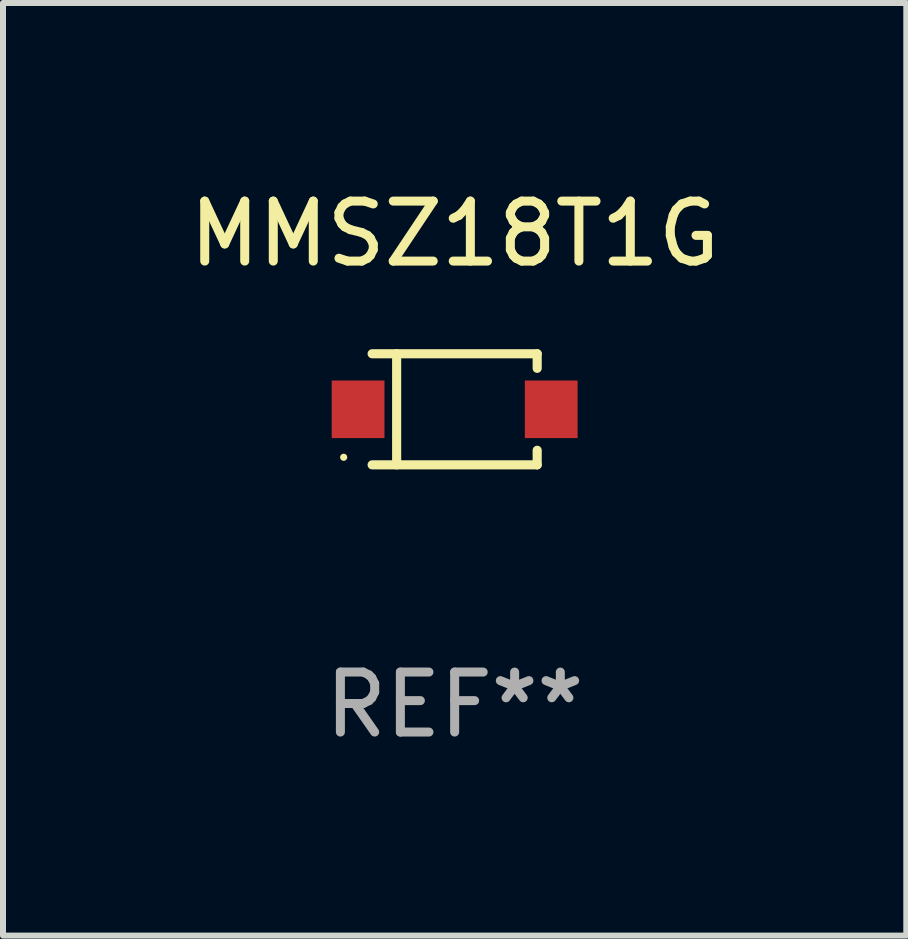
<source format=kicad_pcb>
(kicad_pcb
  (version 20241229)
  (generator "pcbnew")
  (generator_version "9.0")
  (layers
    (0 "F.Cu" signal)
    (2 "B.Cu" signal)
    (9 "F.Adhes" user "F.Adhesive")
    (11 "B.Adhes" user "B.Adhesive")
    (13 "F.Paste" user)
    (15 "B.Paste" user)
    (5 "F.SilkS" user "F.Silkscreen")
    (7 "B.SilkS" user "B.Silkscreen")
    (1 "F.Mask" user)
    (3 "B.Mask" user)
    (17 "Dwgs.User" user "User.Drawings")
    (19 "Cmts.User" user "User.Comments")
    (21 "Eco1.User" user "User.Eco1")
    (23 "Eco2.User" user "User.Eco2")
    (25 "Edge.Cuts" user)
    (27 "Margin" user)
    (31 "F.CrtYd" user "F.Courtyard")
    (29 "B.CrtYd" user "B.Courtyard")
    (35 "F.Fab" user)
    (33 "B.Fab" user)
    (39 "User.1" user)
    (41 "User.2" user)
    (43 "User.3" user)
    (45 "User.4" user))
  (footprint "MMSZ18T1G"
    (layer "F.Cu")
    (at 4.53 3.774)
    (property "Reference" "MMSZ18T1G" (at 0 -2.926 0) (layer "F.SilkS") (effects (font (size 1 1) (thickness 0.15))))
    (attr through_hole)
    (fp_line (start -1.376 -0.926) (end 1.376 -0.926) (stroke (width 0.152) (type solid)) (layer "F.SilkS"))
    (fp_line (start -1.376 0.926) (end 1.376 0.926) (stroke (width 0.152) (type solid)) (layer "F.SilkS"))
    (fp_line (start -0.967 -0.926) (end -0.967 0.926) (stroke (width 0.152) (type solid)) (layer "F.SilkS"))
    (fp_line (start 1.376 -0.926) (end 1.376 -0.683) (stroke (width 0.152) (type solid)) (layer "F.SilkS"))
    (fp_line (start 1.376 0.926) (end 1.376 0.683) (stroke (width 0.152) (type solid)) (layer "F.SilkS"))
    (fp_circle (center -1.85 0.8) (end -1.82 0.8) (stroke (width 0.06) (type solid)) (fill no) (layer "F.SilkS"))
    (fp_text user "REF**" (at 0 4.926 0) (layer "F.Fab") (effects (font (size 1 1) (thickness 0.15))))
    (pad "1" smd rect (at -1.61 0) (size 0.88 0.96) (layers "F.Cu" "F.Mask" "F.Paste"))
    (pad "2" smd rect (at 1.61 0) (size 0.88 0.96) (layers "F.Cu" "F.Mask" "F.Paste")))
  (gr_rect
    (start -3 -3)
    (end 12.06 12.549)
    (stroke (width 0.1) (type default))
    (fill no)
    (layer "Edge.Cuts")))
</source>
